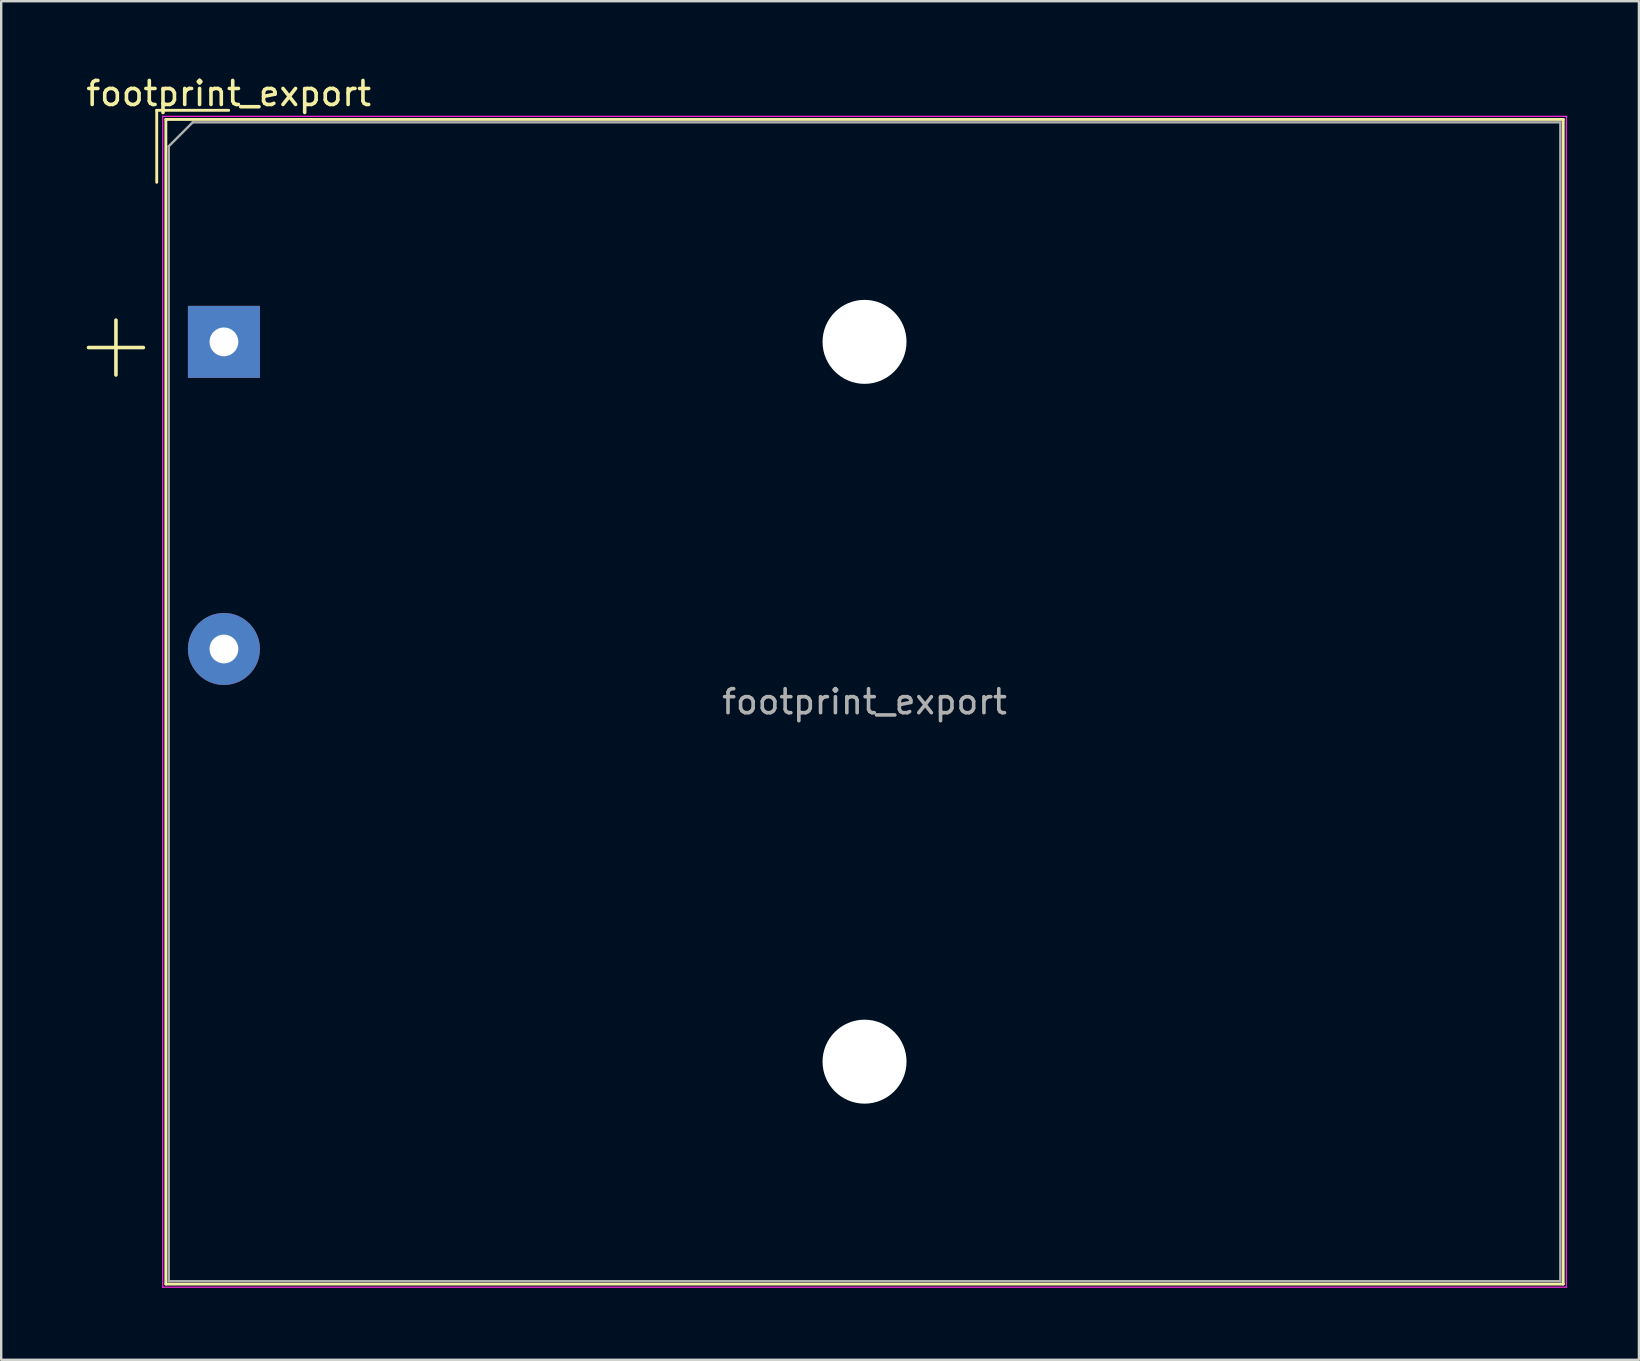
<source format=kicad_pcb>
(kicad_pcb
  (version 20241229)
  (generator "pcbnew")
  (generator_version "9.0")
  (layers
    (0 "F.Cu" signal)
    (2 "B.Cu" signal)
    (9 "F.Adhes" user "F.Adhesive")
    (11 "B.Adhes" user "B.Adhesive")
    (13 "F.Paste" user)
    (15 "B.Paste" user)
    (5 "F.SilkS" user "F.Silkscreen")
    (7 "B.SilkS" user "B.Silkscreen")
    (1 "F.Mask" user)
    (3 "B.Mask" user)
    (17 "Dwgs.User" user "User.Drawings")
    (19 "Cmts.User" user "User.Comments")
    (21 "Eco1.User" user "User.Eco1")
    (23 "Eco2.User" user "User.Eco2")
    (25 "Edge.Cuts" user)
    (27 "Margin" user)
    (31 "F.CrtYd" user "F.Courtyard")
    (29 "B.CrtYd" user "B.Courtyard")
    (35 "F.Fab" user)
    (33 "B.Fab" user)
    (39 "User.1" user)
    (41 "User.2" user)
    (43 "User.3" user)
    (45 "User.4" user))
  (footprint "footprint_export"
    (layer "F.Cu")
    (at 6.282 11.198)
    (property "Reference" "footprint_export" (at 0.2 -10.35 0) (layer "F.SilkS") (effects (font (size 1 1) (thickness 0.15))))
    (attr through_hole)
    (fp_line (start -2.8 -9.65) (end 0.2 -9.65) (stroke (width 0.12) (type solid)) (layer "F.SilkS"))
    (fp_line (start -2.8 -6.65) (end -2.8 -9.65) (stroke (width 0.12) (type solid)) (layer "F.SilkS"))
    (fp_line (start -2.42 -9.27) (end -2.42 39.27) (stroke (width 0.12) (type solid)) (layer "F.SilkS"))
    (fp_line (start -2.42 -9.27) (end 55.82 -9.27) (stroke (width 0.12) (type solid)) (layer "F.SilkS"))
    (fp_line (start -2.42 39.27) (end 55.82 39.27) (stroke (width 0.12) (type solid)) (layer "F.SilkS"))
    (fp_line (start 55.82 -9.27) (end 55.82 39.27) (stroke (width 0.12) (type solid)) (layer "F.SilkS"))
    (fp_line (start -2.55 -9.4) (end -2.55 39.4) (stroke (width 0.05) (type solid)) (layer "F.CrtYd"))
    (fp_line (start -2.55 -9.4) (end 55.95 -9.4) (stroke (width 0.05) (type solid)) (layer "F.CrtYd"))
    (fp_line (start -2.55 39.4) (end 55.95 39.4) (stroke (width 0.05) (type solid)) (layer "F.CrtYd"))
    (fp_line (start 55.95 -9.4) (end 55.95 39.4) (stroke (width 0.05) (type solid)) (layer "F.CrtYd"))
    (fp_line (start -2.3 -8.15) (end -1.3 -9.15) (stroke (width 0.1) (type solid)) (layer "F.Fab"))
    (fp_line (start -2.3 39.15) (end -2.3 -8.15) (stroke (width 0.1) (type solid)) (layer "F.Fab"))
    (fp_line (start -1.3 -9.15) (end 55.7 -9.15) (stroke (width 0.1) (type solid)) (layer "F.Fab"))
    (fp_line (start 55.7 -9.15) (end 55.7 39.15) (stroke (width 0.1) (type solid)) (layer "F.Fab"))
    (fp_line (start 55.7 39.15) (end -2.3 39.15) (stroke (width 0.1) (type solid)) (layer "F.Fab"))
    (fp_text user "+" (at -4.5 0 0) (layer "F.SilkS") (effects (font (size 3 3) (thickness 0.15))))
    (fp_text user "${REFERENCE}" (at 26.7 15 0) (layer "F.Fab") (effects (font (size 1 1) (thickness 0.15))))
    (pad "" np_thru_hole circle (at 26.7 0) (size 3.5 3.5) (drill 3.5) (layers "*.Cu" "*.Mask"))
    (pad "" np_thru_hole circle (at 26.7 30) (size 3.5 3.5) (drill 3.5) (layers "*.Cu" "*.Mask"))
    (pad "1" thru_hole rect (at 0 0) (size 3 3) (drill 1.2) (layers "*.Cu" "*.Mask"))
    (pad "2" thru_hole circle (at 0 12.8) (size 3 3) (drill 1.2) (layers "*.Cu" "*.Mask")))
  (gr_rect
    (start -3 -3)
    (end 65.257 53.623)
    (stroke (width 0.1) (type default))
    (fill no)
    (layer "Edge.Cuts")))
</source>
